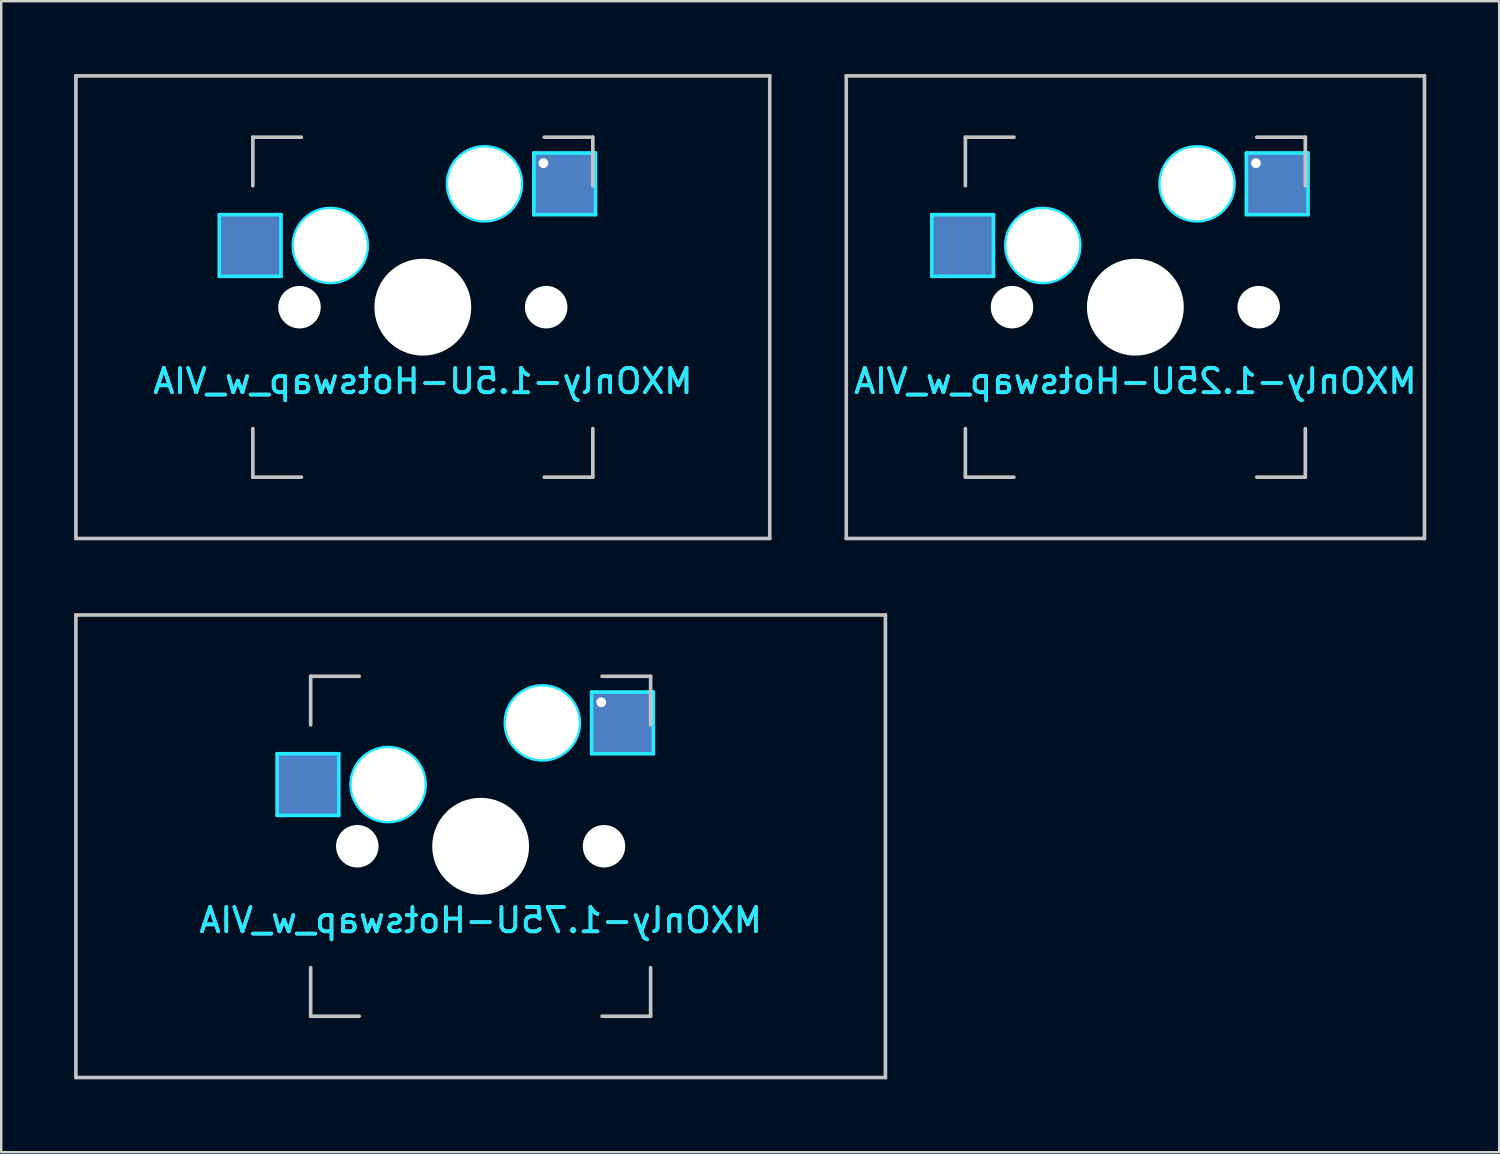
<source format=kicad_pcb>
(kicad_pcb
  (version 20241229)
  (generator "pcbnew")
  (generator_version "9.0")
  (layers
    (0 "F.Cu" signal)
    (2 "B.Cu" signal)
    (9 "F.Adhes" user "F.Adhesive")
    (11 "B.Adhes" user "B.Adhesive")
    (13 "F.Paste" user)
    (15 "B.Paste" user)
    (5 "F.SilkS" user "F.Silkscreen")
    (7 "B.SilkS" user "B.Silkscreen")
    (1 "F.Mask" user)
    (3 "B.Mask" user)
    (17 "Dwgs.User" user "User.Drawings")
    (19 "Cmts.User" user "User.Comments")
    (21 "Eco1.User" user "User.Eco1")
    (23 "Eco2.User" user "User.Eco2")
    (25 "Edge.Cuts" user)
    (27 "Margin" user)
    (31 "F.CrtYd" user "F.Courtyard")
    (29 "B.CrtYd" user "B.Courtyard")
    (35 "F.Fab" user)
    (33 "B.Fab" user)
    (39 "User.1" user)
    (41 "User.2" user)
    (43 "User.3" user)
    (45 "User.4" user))
  (footprint "MXOnly-1.5U-Hotswap_w_VIA"
    (layer "F.Cu")
    (at 14.363 9.6)
    (property "Reference" "MXOnly-1.5U-Hotswap_w_VIA" (at 0 3.048 0) (layer "B.CrtYd") (effects (font (size 1 1) (thickness 0.15)) (justify mirror)))
    (attr smd)
    (fp_line (start -14.287 -9.525) (end 14.287 -9.525) (stroke (width 0.15) (type solid)) (layer "Dwgs.User"))
    (fp_line (start -14.287 9.525) (end -14.287 -9.525) (stroke (width 0.15) (type solid)) (layer "Dwgs.User"))
    (fp_line (start -7 -7) (end -7 -5) (stroke (width 0.15) (type solid)) (layer "Dwgs.User"))
    (fp_line (start -7 5) (end -7 7) (stroke (width 0.15) (type solid)) (layer "Dwgs.User"))
    (fp_line (start -7 7) (end -5 7) (stroke (width 0.15) (type solid)) (layer "Dwgs.User"))
    (fp_line (start -5 -7) (end -7 -7) (stroke (width 0.15) (type solid)) (layer "Dwgs.User"))
    (fp_line (start 5 -7) (end 7 -7) (stroke (width 0.15) (type solid)) (layer "Dwgs.User"))
    (fp_line (start 5 7) (end 7 7) (stroke (width 0.15) (type solid)) (layer "Dwgs.User"))
    (fp_line (start 7 -7) (end 7 -5) (stroke (width 0.15) (type solid)) (layer "Dwgs.User"))
    (fp_line (start 7 7) (end 7 5) (stroke (width 0.15) (type solid)) (layer "Dwgs.User"))
    (fp_line (start 14.287 -9.525) (end 14.287 9.525) (stroke (width 0.15) (type solid)) (layer "Dwgs.User"))
    (fp_line (start 14.287 9.525) (end -14.287 9.525) (stroke (width 0.15) (type solid)) (layer "Dwgs.User"))
    (fp_line (start -8.382 -3.81) (end -5.842 -3.81) (stroke (width 0.15) (type solid)) (layer "B.CrtYd"))
    (fp_line (start -8.382 -1.27) (end -8.382 -3.81) (stroke (width 0.15) (type solid)) (layer "B.CrtYd"))
    (fp_line (start -5.842 -3.81) (end -5.842 -1.27) (stroke (width 0.15) (type solid)) (layer "B.CrtYd"))
    (fp_line (start -5.842 -1.27) (end -8.382 -1.27) (stroke (width 0.15) (type solid)) (layer "B.CrtYd"))
    (fp_line (start 4.572 -6.35) (end 7.112 -6.35) (stroke (width 0.15) (type solid)) (layer "B.CrtYd"))
    (fp_line (start 4.572 -3.81) (end 4.572 -6.35) (stroke (width 0.15) (type solid)) (layer "B.CrtYd"))
    (fp_line (start 7.112 -6.35) (end 7.112 -3.81) (stroke (width 0.15) (type solid)) (layer "B.CrtYd"))
    (fp_line (start 7.112 -3.81) (end 4.572 -3.81) (stroke (width 0.15) (type solid)) (layer "B.CrtYd"))
    (fp_circle (center -3.81 -2.54) (end -3.81 -4.064) (stroke (width 0.15) (type solid)) (fill no) (layer "B.CrtYd"))
    (fp_circle (center 2.54 -5.08) (end 2.54 -6.604) (stroke (width 0.15) (type solid)) (fill no) (layer "B.CrtYd"))
    (fp_text user "${REFERENCE}" (at 0 3.048 0) (layer "B.SilkS") (effects (font (size 1 1) (thickness 0.15)) (justify mirror)))
    (pad "" np_thru_hole circle (at -5.08 0 48.1) (size 1.75 1.75) (drill 1.75) (layers "*.Cu" "*.Mask"))
    (pad "" np_thru_hole circle (at -3.81 -2.54) (size 3 3) (drill 3) (layers "*.Cu" "*.Mask"))
    (pad "" np_thru_hole circle (at 0 0) (size 3.988 3.988) (drill 3.988) (layers "*.Cu" "*.Mask"))
    (pad "" np_thru_hole circle (at 2.54 -5.08) (size 3 3) (drill 3) (layers "*.Cu" "*.Mask"))
    (pad "" np_thru_hole circle (at 5.08 0 48.1) (size 1.75 1.75) (drill 1.75) (layers "*.Cu" "*.Mask"))
    (pad "1" smd rect (at -7.085 -2.54) (size 2.55 2.5) (layers "B.Cu" "B.Mask" "B.Paste"))
    (pad "2" thru_hole circle (at 4.967 -5.93) (size 0.8 0.8) (drill 0.4) (layers "*.Cu" "*.Mask"))
    (pad "2" smd rect (at 5.842 -5.08) (size 2.55 2.5) (layers "B.Cu" "B.Mask" "B.Paste")))
  (footprint "MXOnly-1.25U-Hotswap_w_VIA"
    (layer "F.Cu")
    (at 43.706 9.6)
    (property "Reference" "MXOnly-1.25U-Hotswap_w_VIA" (at 0 3.048 0) (layer "B.CrtYd") (effects (font (size 1 1) (thickness 0.15)) (justify mirror)))
    (attr smd)
    (fp_line (start -11.906 -9.525) (end 11.906 -9.525) (stroke (width 0.15) (type solid)) (layer "Dwgs.User"))
    (fp_line (start -11.906 9.525) (end -11.906 -9.525) (stroke (width 0.15) (type solid)) (layer "Dwgs.User"))
    (fp_line (start -7 -7) (end -7 -5) (stroke (width 0.15) (type solid)) (layer "Dwgs.User"))
    (fp_line (start -7 5) (end -7 7) (stroke (width 0.15) (type solid)) (layer "Dwgs.User"))
    (fp_line (start -7 7) (end -5 7) (stroke (width 0.15) (type solid)) (layer "Dwgs.User"))
    (fp_line (start -5 -7) (end -7 -7) (stroke (width 0.15) (type solid)) (layer "Dwgs.User"))
    (fp_line (start 5 -7) (end 7 -7) (stroke (width 0.15) (type solid)) (layer "Dwgs.User"))
    (fp_line (start 5 7) (end 7 7) (stroke (width 0.15) (type solid)) (layer "Dwgs.User"))
    (fp_line (start 7 -7) (end 7 -5) (stroke (width 0.15) (type solid)) (layer "Dwgs.User"))
    (fp_line (start 7 7) (end 7 5) (stroke (width 0.15) (type solid)) (layer "Dwgs.User"))
    (fp_line (start 11.906 -9.525) (end 11.906 9.525) (stroke (width 0.15) (type solid)) (layer "Dwgs.User"))
    (fp_line (start 11.906 9.525) (end -11.906 9.525) (stroke (width 0.15) (type solid)) (layer "Dwgs.User"))
    (fp_line (start -8.382 -3.81) (end -5.842 -3.81) (stroke (width 0.15) (type solid)) (layer "B.CrtYd"))
    (fp_line (start -8.382 -1.27) (end -8.382 -3.81) (stroke (width 0.15) (type solid)) (layer "B.CrtYd"))
    (fp_line (start -5.842 -3.81) (end -5.842 -1.27) (stroke (width 0.15) (type solid)) (layer "B.CrtYd"))
    (fp_line (start -5.842 -1.27) (end -8.382 -1.27) (stroke (width 0.15) (type solid)) (layer "B.CrtYd"))
    (fp_line (start 4.572 -6.35) (end 7.112 -6.35) (stroke (width 0.15) (type solid)) (layer "B.CrtYd"))
    (fp_line (start 4.572 -3.81) (end 4.572 -6.35) (stroke (width 0.15) (type solid)) (layer "B.CrtYd"))
    (fp_line (start 7.112 -6.35) (end 7.112 -3.81) (stroke (width 0.15) (type solid)) (layer "B.CrtYd"))
    (fp_line (start 7.112 -3.81) (end 4.572 -3.81) (stroke (width 0.15) (type solid)) (layer "B.CrtYd"))
    (fp_circle (center -3.81 -2.54) (end -3.81 -4.064) (stroke (width 0.15) (type solid)) (fill no) (layer "B.CrtYd"))
    (fp_circle (center 2.54 -5.08) (end 2.54 -6.604) (stroke (width 0.15) (type solid)) (fill no) (layer "B.CrtYd"))
    (fp_text user "${REFERENCE}" (at 0 3.048 0) (layer "B.SilkS") (effects (font (size 1 1) (thickness 0.15)) (justify mirror)))
    (pad "" np_thru_hole circle (at -5.08 0 48.1) (size 1.75 1.75) (drill 1.75) (layers "*.Cu" "*.Mask"))
    (pad "" np_thru_hole circle (at -3.81 -2.54) (size 3 3) (drill 3) (layers "*.Cu" "*.Mask"))
    (pad "" np_thru_hole circle (at 0 0) (size 3.988 3.988) (drill 3.988) (layers "*.Cu" "*.Mask"))
    (pad "" np_thru_hole circle (at 2.54 -5.08) (size 3 3) (drill 3) (layers "*.Cu" "*.Mask"))
    (pad "" np_thru_hole circle (at 5.08 0 48.1) (size 1.75 1.75) (drill 1.75) (layers "*.Cu" "*.Mask"))
    (pad "1" smd rect (at -7.085 -2.54) (size 2.55 2.5) (layers "B.Cu" "B.Mask" "B.Paste"))
    (pad "2" thru_hole circle (at 4.967 -5.93) (size 0.8 0.8) (drill 0.4) (layers "*.Cu" "*.Mask"))
    (pad "2" smd rect (at 5.842 -5.08) (size 2.55 2.5) (layers "B.Cu" "B.Mask" "B.Paste")))
  (footprint "MXOnly-1.75U-Hotswap_w_VIA"
    (layer "F.Cu")
    (at 16.744 31.8)
    (property "Reference" "MXOnly-1.75U-Hotswap_w_VIA" (at 0 3.048 0) (layer "B.CrtYd") (effects (font (size 1 1) (thickness 0.15)) (justify mirror)))
    (attr smd)
    (fp_line (start -16.669 -9.525) (end 16.669 -9.525) (stroke (width 0.15) (type solid)) (layer "Dwgs.User"))
    (fp_line (start -16.669 9.525) (end -16.669 -9.525) (stroke (width 0.15) (type solid)) (layer "Dwgs.User"))
    (fp_line (start -7 -7) (end -7 -5) (stroke (width 0.15) (type solid)) (layer "Dwgs.User"))
    (fp_line (start -7 5) (end -7 7) (stroke (width 0.15) (type solid)) (layer "Dwgs.User"))
    (fp_line (start -7 7) (end -5 7) (stroke (width 0.15) (type solid)) (layer "Dwgs.User"))
    (fp_line (start -5 -7) (end -7 -7) (stroke (width 0.15) (type solid)) (layer "Dwgs.User"))
    (fp_line (start 5 -7) (end 7 -7) (stroke (width 0.15) (type solid)) (layer "Dwgs.User"))
    (fp_line (start 5 7) (end 7 7) (stroke (width 0.15) (type solid)) (layer "Dwgs.User"))
    (fp_line (start 7 -7) (end 7 -5) (stroke (width 0.15) (type solid)) (layer "Dwgs.User"))
    (fp_line (start 7 7) (end 7 5) (stroke (width 0.15) (type solid)) (layer "Dwgs.User"))
    (fp_line (start 16.669 -9.525) (end 16.669 9.525) (stroke (width 0.15) (type solid)) (layer "Dwgs.User"))
    (fp_line (start 16.669 9.525) (end -16.669 9.525) (stroke (width 0.15) (type solid)) (layer "Dwgs.User"))
    (fp_line (start -8.382 -3.81) (end -5.842 -3.81) (stroke (width 0.15) (type solid)) (layer "B.CrtYd"))
    (fp_line (start -8.382 -1.27) (end -8.382 -3.81) (stroke (width 0.15) (type solid)) (layer "B.CrtYd"))
    (fp_line (start -5.842 -3.81) (end -5.842 -1.27) (stroke (width 0.15) (type solid)) (layer "B.CrtYd"))
    (fp_line (start -5.842 -1.27) (end -8.382 -1.27) (stroke (width 0.15) (type solid)) (layer "B.CrtYd"))
    (fp_line (start 4.572 -6.35) (end 7.112 -6.35) (stroke (width 0.15) (type solid)) (layer "B.CrtYd"))
    (fp_line (start 4.572 -3.81) (end 4.572 -6.35) (stroke (width 0.15) (type solid)) (layer "B.CrtYd"))
    (fp_line (start 7.112 -6.35) (end 7.112 -3.81) (stroke (width 0.15) (type solid)) (layer "B.CrtYd"))
    (fp_line (start 7.112 -3.81) (end 4.572 -3.81) (stroke (width 0.15) (type solid)) (layer "B.CrtYd"))
    (fp_circle (center -3.81 -2.54) (end -3.81 -4.064) (stroke (width 0.15) (type solid)) (fill no) (layer "B.CrtYd"))
    (fp_circle (center 2.54 -5.08) (end 2.54 -6.604) (stroke (width 0.15) (type solid)) (fill no) (layer "B.CrtYd"))
    (fp_text user "${REFERENCE}" (at 0 3.048 0) (layer "B.SilkS") (effects (font (size 1 1) (thickness 0.15)) (justify mirror)))
    (pad "" np_thru_hole circle (at -5.08 0 48.1) (size 1.75 1.75) (drill 1.75) (layers "*.Cu" "*.Mask"))
    (pad "" np_thru_hole circle (at -3.81 -2.54) (size 3 3) (drill 3) (layers "*.Cu" "*.Mask"))
    (pad "" np_thru_hole circle (at 0 0) (size 3.988 3.988) (drill 3.988) (layers "*.Cu" "*.Mask"))
    (pad "" np_thru_hole circle (at 2.54 -5.08) (size 3 3) (drill 3) (layers "*.Cu" "*.Mask"))
    (pad "" np_thru_hole circle (at 5.08 0 48.1) (size 1.75 1.75) (drill 1.75) (layers "*.Cu" "*.Mask"))
    (pad "1" smd rect (at -7.085 -2.54) (size 2.55 2.5) (layers "B.Cu" "B.Mask" "B.Paste"))
    (pad "2" thru_hole circle (at 4.967 -5.93) (size 0.8 0.8) (drill 0.4) (layers "*.Cu" "*.Mask"))
    (pad "2" smd rect (at 5.842 -5.08) (size 2.55 2.5) (layers "B.Cu" "B.Mask" "B.Paste")))
  (gr_rect
    (start -3 -3)
    (end 58.688 44.4)
    (stroke (width 0.1) (type default))
    (fill no)
    (layer "Edge.Cuts")))
</source>
